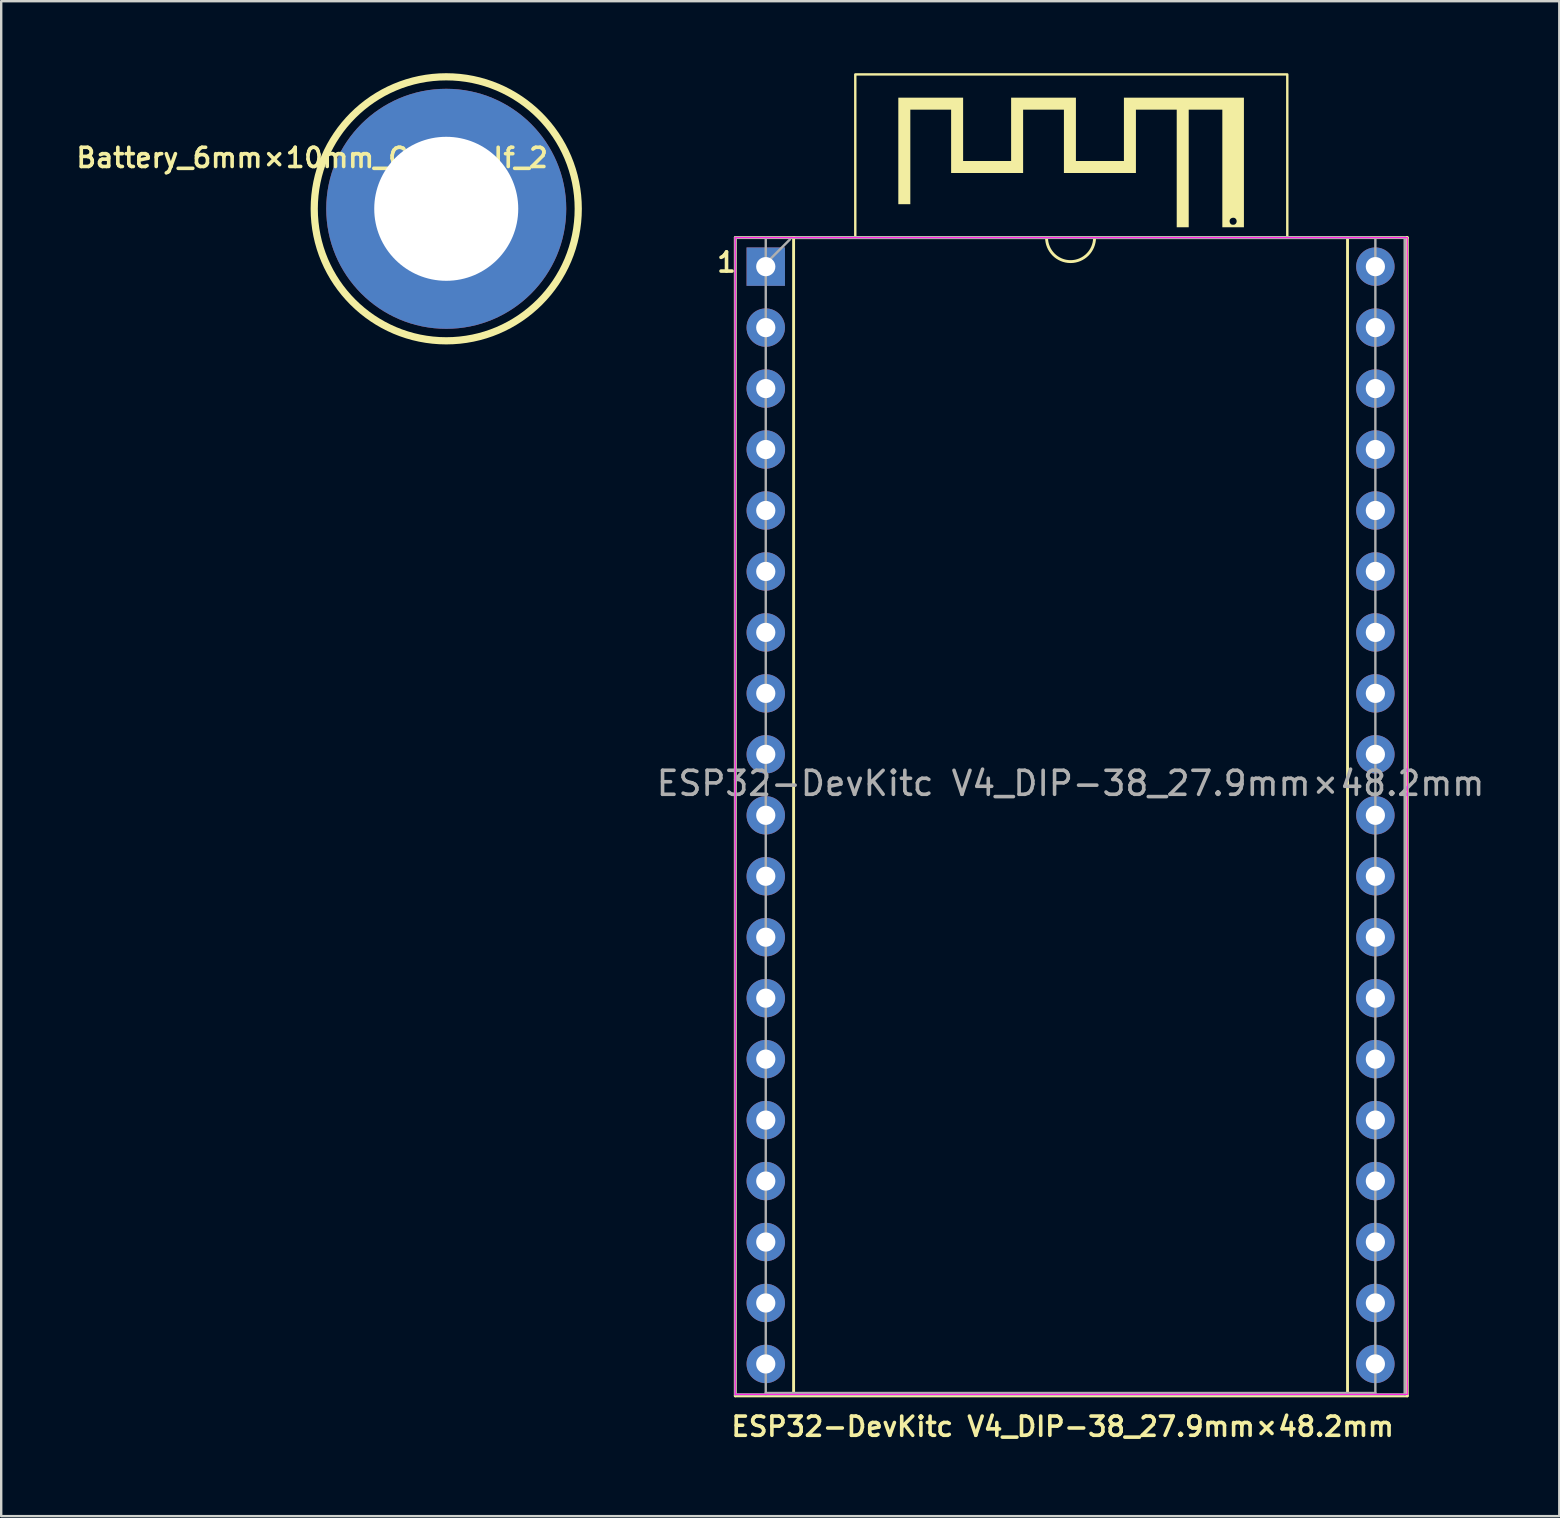
<source format=kicad_pcb>
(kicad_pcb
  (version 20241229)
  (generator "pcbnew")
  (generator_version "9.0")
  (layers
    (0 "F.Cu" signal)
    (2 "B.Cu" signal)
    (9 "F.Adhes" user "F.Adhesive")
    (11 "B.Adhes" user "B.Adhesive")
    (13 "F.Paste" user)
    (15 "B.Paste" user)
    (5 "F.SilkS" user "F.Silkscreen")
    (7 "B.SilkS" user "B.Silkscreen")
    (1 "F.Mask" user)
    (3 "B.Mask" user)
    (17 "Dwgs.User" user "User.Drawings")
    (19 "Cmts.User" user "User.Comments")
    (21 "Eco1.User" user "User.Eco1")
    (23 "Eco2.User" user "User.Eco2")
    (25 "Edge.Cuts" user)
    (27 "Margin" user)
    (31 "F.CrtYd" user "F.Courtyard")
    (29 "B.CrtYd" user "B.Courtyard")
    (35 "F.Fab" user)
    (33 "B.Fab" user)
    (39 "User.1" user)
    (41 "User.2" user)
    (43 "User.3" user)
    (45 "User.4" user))
  (footprint "ESP32-DevKitc V4_DIP-38_27.9mm×48.2mm"
    (layer "F.Cu")
    (at 27.586 55.05)
    (property "Reference" "ESP32-DevKitc V4_DIP-38_27.9mm×48.2mm" (at 13.64 1.34 180) (layer "F.SilkS") (effects (font (size 0.8 0.8) (thickness 0.15))))
    (attr through_hole)
    (fp_line (start 0 -48.2) (end 0 0.06) (stroke (width 0.12) (type solid)) (layer "F.SilkS"))
    (fp_line (start 0 0.06) (end 28 0.06) (stroke (width 0.12) (type solid)) (layer "F.SilkS"))
    (fp_line (start 2.43 -48.2) (end 2.43 0) (stroke (width 0.12) (type solid)) (layer "F.SilkS"))
    (fp_line (start 2.43 0) (end 25.51 0) (stroke (width 0.12) (type solid)) (layer "F.SilkS"))
    (fp_line (start 12.97 -48.2) (end 2.43 -48.2) (stroke (width 0.12) (type solid)) (layer "F.SilkS"))
    (fp_line (start 25.51 -48.2) (end 14.97 -48.2) (stroke (width 0.12) (type solid)) (layer "F.SilkS"))
    (fp_line (start 25.51 0) (end 25.51 -48.2) (stroke (width 0.12) (type solid)) (layer "F.SilkS"))
    (fp_line (start 28 -48.2) (end 0 -48.2) (stroke (width 0.12) (type solid)) (layer "F.SilkS"))
    (fp_line (start 28 0.06) (end 28 -48.2) (stroke (width 0.12) (type solid)) (layer "F.SilkS"))
    (fp_rect (start 5 -55) (end 23 -48.2) (stroke (width 0.1) (type default)) (fill no) (layer "F.SilkS"))
    (fp_arc (start 14.97 -48.2) (mid 13.97 -47.2) (end 12.97 -48.2) (stroke (width 0.12) (type solid)) (layer "F.SilkS"))
    (fp_poly (pts (xy 16.193 -51.391) (xy 14.193 -51.391) (xy 14.193 -54.031) (xy 11.493 -54.031) (xy 11.493 -51.391) (xy 9.493 -51.391) (xy 9.493 -54.031) (xy 6.793 -54.031) (xy 6.793 -49.591) (xy 7.293 -49.591) (xy 7.293 -53.531) (xy 8.993 -53.531) (xy 8.993 -50.891) (xy 11.993 -50.891) (xy 11.993 -53.531) (xy 13.693 -53.531) (xy 13.693 -50.891) (xy 16.693 -50.891) (xy 16.693 -53.531) (xy 18.393 -53.531) (xy 18.393 -48.631) (xy 18.893 -48.631) (xy 18.893 -53.531) (xy 20.293 -53.531) (xy 20.293 -48.631) (xy 21.193 -48.631) (xy 21.193 -48.874) (xy 20.891 -48.874) (xy 20.881 -48.826) (xy 20.857 -48.784) (xy 20.819 -48.751) (xy 20.811 -48.747) (xy 20.768 -48.735) (xy 20.72 -48.735) (xy 20.674 -48.748) (xy 20.656 -48.759) (xy 20.622 -48.794) (xy 20.602 -48.839) (xy 20.595 -48.889) (xy 20.604 -48.937) (xy 20.62 -48.969) (xy 20.656 -49.002) (xy 20.701 -49.022) (xy 20.751 -49.029) (xy 20.799 -49.021) (xy 20.832 -49.004) (xy 20.867 -48.967) (xy 20.886 -48.922) (xy 20.891 -48.874) (xy 21.193 -48.874) (xy 21.193 -54.031) (xy 16.193 -54.031) (xy 16.193 -51.391)) (stroke (width 0) (type solid)) (fill yes) (layer "F.SilkS"))
    (fp_line (start 0 -48.2) (end 0 0) (stroke (width 0.05) (type solid)) (layer "F.CrtYd"))
    (fp_line (start 0 0) (end 28 0) (stroke (width 0.05) (type solid)) (layer "F.CrtYd"))
    (fp_line (start 28 -48.2) (end 0 -48.2) (stroke (width 0.05) (type solid)) (layer "F.CrtYd"))
    (fp_line (start 28 0) (end 28 -48.2) (stroke (width 0.05) (type solid)) (layer "F.CrtYd"))
    (fp_line (start 0 -48.2) (end 0 0) (stroke (width 0.1) (type solid)) (layer "F.Fab"))
    (fp_line (start 0 0) (end 27.9 0) (stroke (width 0.1) (type solid)) (layer "F.Fab"))
    (fp_line (start 1.27 0) (end 1.27 -48.2) (stroke (width 0.1) (type solid)) (layer "F.Fab"))
    (fp_line (start 1.278 -47.125) (end 2.278 -48.125) (stroke (width 0.1) (type solid)) (layer "F.Fab"))
    (fp_line (start 2.525 -48.2) (end 26.415 -48.2) (stroke (width 0.1) (type solid)) (layer "F.Fab"))
    (fp_line (start 26.67 -0.06) (end 1.27 -0.06) (stroke (width 0.1) (type solid)) (layer "F.Fab"))
    (fp_line (start 26.67 -0.06) (end 26.67 -48.133) (stroke (width 0.1) (type default)) (layer "F.Fab"))
    (fp_line (start 27.9 -48.2) (end 0 -48.2) (stroke (width 0.1) (type solid)) (layer "F.Fab"))
    (fp_line (start 27.9 -48.2) (end 27.9 0) (stroke (width 0.1) (type solid)) (layer "F.Fab"))
    (fp_line (start 27.9 0) (end 27.9 -48.2) (stroke (width 0.1) (type solid)) (layer "F.Fab"))
    (fp_text user "1" (at -0.845 -46.7 0) (unlocked yes) (layer "F.SilkS") (effects (font (size 0.8 0.8) (thickness 0.15) (bold yes)) (justify left bottom)))
    (fp_text user "${REFERENCE}" (at 13.97 -25.46 0) (layer "F.Fab") (effects (font (size 1 1) (thickness 0.15))))
    (pad "1" thru_hole rect (at 1.27 -46.99) (size 1.6 1.6) (drill 0.8) (layers "*.Cu" "*.Mask"))
    (pad "2" thru_hole oval (at 1.27 -44.45) (size 1.6 1.6) (drill 0.8) (layers "*.Cu" "*.Mask"))
    (pad "3" thru_hole oval (at 1.27 -41.91) (size 1.6 1.6) (drill 0.8) (layers "*.Cu" "*.Mask"))
    (pad "4" thru_hole oval (at 1.27 -39.37) (size 1.6 1.6) (drill 0.8) (layers "*.Cu" "*.Mask"))
    (pad "5" thru_hole oval (at 1.27 -36.83) (size 1.6 1.6) (drill 0.8) (layers "*.Cu" "*.Mask"))
    (pad "6" thru_hole oval (at 1.27 -34.29) (size 1.6 1.6) (drill 0.8) (layers "*.Cu" "*.Mask"))
    (pad "7" thru_hole oval (at 1.27 -31.75) (size 1.6 1.6) (drill 0.8) (layers "*.Cu" "*.Mask"))
    (pad "8" thru_hole oval (at 1.27 -29.21) (size 1.6 1.6) (drill 0.8) (layers "*.Cu" "*.Mask"))
    (pad "9" thru_hole oval (at 1.27 -26.67) (size 1.6 1.6) (drill 0.8) (layers "*.Cu" "*.Mask"))
    (pad "10" thru_hole oval (at 1.27 -24.13) (size 1.6 1.6) (drill 0.8) (layers "*.Cu" "*.Mask"))
    (pad "11" thru_hole oval (at 1.27 -21.59) (size 1.6 1.6) (drill 0.8) (layers "*.Cu" "*.Mask"))
    (pad "12" thru_hole oval (at 1.27 -19.05) (size 1.6 1.6) (drill 0.8) (layers "*.Cu" "*.Mask"))
    (pad "13" thru_hole oval (at 1.27 -16.51) (size 1.6 1.6) (drill 0.8) (layers "*.Cu" "*.Mask"))
    (pad "14" thru_hole oval (at 1.27 -13.97) (size 1.6 1.6) (drill 0.8) (layers "*.Cu" "*.Mask"))
    (pad "15" thru_hole oval (at 1.27 -11.43) (size 1.6 1.6) (drill 0.8) (layers "*.Cu" "*.Mask"))
    (pad "16" thru_hole oval (at 1.27 -8.89) (size 1.6 1.6) (drill 0.8) (layers "*.Cu" "*.Mask"))
    (pad "17" thru_hole oval (at 1.27 -6.35) (size 1.6 1.6) (drill 0.8) (layers "*.Cu" "*.Mask"))
    (pad "18" thru_hole oval (at 1.27 -3.81) (size 1.6 1.6) (drill 0.8) (layers "*.Cu" "*.Mask"))
    (pad "19" thru_hole oval (at 1.27 -1.27) (size 1.6 1.6) (drill 0.8) (layers "*.Cu" "*.Mask"))
    (pad "20" thru_hole oval (at 26.67 -1.27) (size 1.6 1.6) (drill 0.8) (layers "*.Cu" "*.Mask"))
    (pad "21" thru_hole oval (at 26.67 -3.81) (size 1.6 1.6) (drill 0.8) (layers "*.Cu" "*.Mask"))
    (pad "22" thru_hole oval (at 26.67 -6.35) (size 1.6 1.6) (drill 0.8) (layers "*.Cu" "*.Mask"))
    (pad "23" thru_hole oval (at 26.67 -8.89) (size 1.6 1.6) (drill 0.8) (layers "*.Cu" "*.Mask"))
    (pad "24" thru_hole oval (at 26.67 -11.43) (size 1.6 1.6) (drill 0.8) (layers "*.Cu" "*.Mask"))
    (pad "25" thru_hole oval (at 26.67 -13.97) (size 1.6 1.6) (drill 0.8) (layers "*.Cu" "*.Mask"))
    (pad "26" thru_hole oval (at 26.67 -16.51) (size 1.6 1.6) (drill 0.8) (layers "*.Cu" "*.Mask"))
    (pad "27" thru_hole oval (at 26.67 -19.05) (size 1.6 1.6) (drill 0.8) (layers "*.Cu" "*.Mask"))
    (pad "28" thru_hole oval (at 26.67 -21.59) (size 1.6 1.6) (drill 0.8) (layers "*.Cu" "*.Mask"))
    (pad "29" thru_hole oval (at 26.67 -24.13) (size 1.6 1.6) (drill 0.8) (layers "*.Cu" "*.Mask"))
    (pad "30" thru_hole oval (at 26.67 -26.67) (size 1.6 1.6) (drill 0.8) (layers "*.Cu" "*.Mask"))
    (pad "31" thru_hole oval (at 26.67 -29.21) (size 1.6 1.6) (drill 0.8) (layers "*.Cu" "*.Mask"))
    (pad "32" thru_hole oval (at 26.67 -31.75) (size 1.6 1.6) (drill 0.8) (layers "*.Cu" "*.Mask"))
    (pad "33" thru_hole oval (at 26.67 -34.29) (size 1.6 1.6) (drill 0.8) (layers "*.Cu" "*.Mask"))
    (pad "34" thru_hole oval (at 26.67 -36.83) (size 1.6 1.6) (drill 0.8) (layers "*.Cu" "*.Mask"))
    (pad "35" thru_hole oval (at 26.67 -39.37) (size 1.6 1.6) (drill 0.8) (layers "*.Cu" "*.Mask"))
    (pad "36" thru_hole oval (at 26.67 -41.91) (size 1.6 1.6) (drill 0.8) (layers "*.Cu" "*.Mask"))
    (pad "37" thru_hole oval (at 26.67 -44.45) (size 1.6 1.6) (drill 0.8) (layers "*.Cu" "*.Mask"))
    (pad "38" thru_hole oval (at 26.67 -46.99) (size 1.6 1.6) (drill 0.8) (layers "*.Cu" "*.Mask")))
  (footprint "Battery_6mm×10mm_Cell_half_2"
    (layer "F.Cu")
    (at 15.543 5.65)
    (property "Reference" "Battery_6mm×10mm_Cell_half_2" (at -5.588 -2.126 0) (layer "F.SilkS") (effects (font (size 0.8 0.8) (thickness 0.15))))
    (attr through_hole)
    (fp_circle (center 0 0) (end 5.5 0) (stroke (width 0.3) (type default)) (fill no) (layer "F.SilkS"))
    (pad "1" thru_hole circle (at 0 0) (size 10 10) (drill 6) (layers "*.Cu" "*.Mask")))
  (gr_rect
    (start -3 -3)
    (end 61.919 60.121)
    (stroke (width 0.1) (type default))
    (fill no)
    (layer "Edge.Cuts")))
</source>
